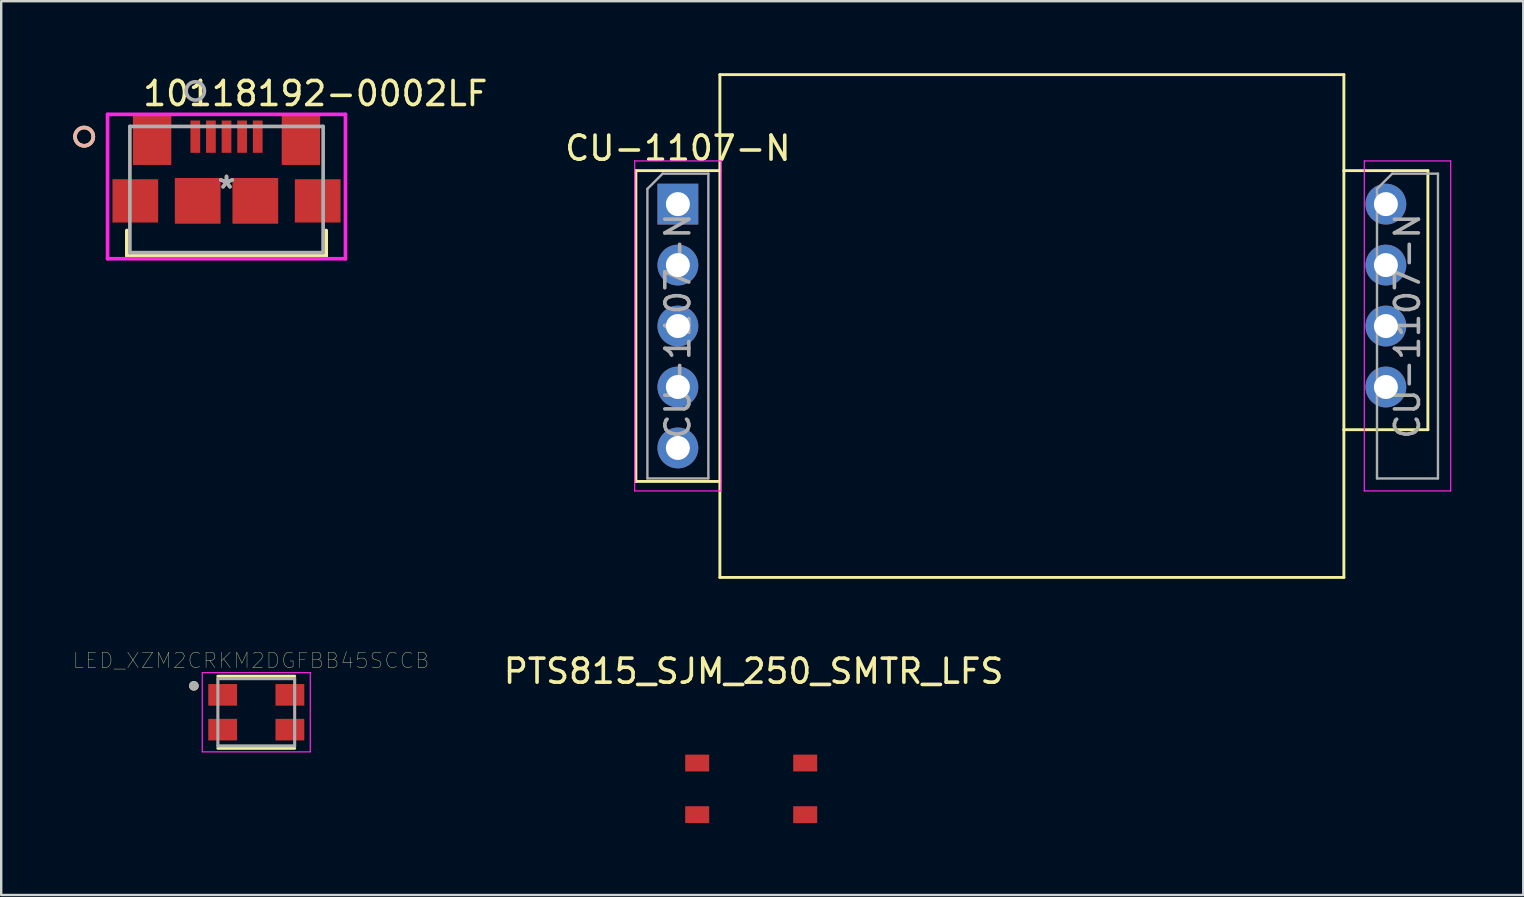
<source format=kicad_pcb>
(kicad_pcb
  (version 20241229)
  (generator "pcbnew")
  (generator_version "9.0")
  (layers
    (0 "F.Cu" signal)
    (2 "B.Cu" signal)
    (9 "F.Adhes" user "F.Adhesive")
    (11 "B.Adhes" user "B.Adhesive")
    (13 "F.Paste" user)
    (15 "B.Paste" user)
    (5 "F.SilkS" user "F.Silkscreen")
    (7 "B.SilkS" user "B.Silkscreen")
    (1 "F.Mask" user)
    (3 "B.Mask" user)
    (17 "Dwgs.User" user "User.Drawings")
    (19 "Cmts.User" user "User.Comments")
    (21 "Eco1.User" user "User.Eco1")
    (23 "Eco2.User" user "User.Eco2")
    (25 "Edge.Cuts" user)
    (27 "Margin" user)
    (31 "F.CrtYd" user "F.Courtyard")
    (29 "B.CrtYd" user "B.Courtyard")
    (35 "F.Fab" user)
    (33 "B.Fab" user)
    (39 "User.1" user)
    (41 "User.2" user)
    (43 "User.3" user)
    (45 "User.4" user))
  (footprint "CU-1107-N"
    (layer "F.Cu")
    (at 25.195 5.455)
    (property "Reference" "CU-1107-N" (at 0 -2.33 0) (layer "F.SilkS") (effects (font (size 1 1) (thickness 0.15))))
    (attr through_hole)
    (fp_line (start -1.75 -1.395) (end -1.75 11.555) (stroke (width 0.12) (type solid)) (layer "F.SilkS"))
    (fp_line (start -1.75 -1.395) (end 1.75 -1.395) (stroke (width 0.12) (type solid)) (layer "F.SilkS"))
    (fp_line (start -1.75 11.555) (end 1.75 11.555) (stroke (width 0.12) (type solid)) (layer "F.SilkS"))
    (fp_line (start 1.75 -5.395) (end 1.75 -1.395) (stroke (width 0.12) (type solid)) (layer "F.SilkS"))
    (fp_line (start 1.75 -5.395) (end 27.75 -5.395) (stroke (width 0.12) (type solid)) (layer "F.SilkS"))
    (fp_line (start 1.75 -1.395) (end 1.75 11.555) (stroke (width 0.12) (type solid)) (layer "F.SilkS"))
    (fp_line (start 1.75 11.555) (end 1.75 15.555) (stroke (width 0.12) (type solid)) (layer "F.SilkS"))
    (fp_line (start 1.75 15.555) (end 27.75 15.555) (stroke (width 0.12) (type solid)) (layer "F.SilkS"))
    (fp_line (start 27.75 -5.395) (end 27.75 -1.395) (stroke (width 0.12) (type solid)) (layer "F.SilkS"))
    (fp_line (start 27.75 -1.395) (end 27.75 9.4) (stroke (width 0.12) (type solid)) (layer "F.SilkS"))
    (fp_line (start 27.75 -1.395) (end 31.25 -1.395) (stroke (width 0.12) (type solid)) (layer "F.SilkS"))
    (fp_line (start 27.75 9.4) (end 27.75 15.555) (stroke (width 0.12) (type solid)) (layer "F.SilkS"))
    (fp_line (start 27.75 9.4) (end 31.25 9.4) (stroke (width 0.12) (type solid)) (layer "F.SilkS"))
    (fp_line (start 31.25 -1.395) (end 31.25 9.4) (stroke (width 0.12) (type solid)) (layer "F.SilkS"))
    (fp_line (start -1.8 -1.8) (end -1.8 11.95) (stroke (width 0.05) (type solid)) (layer "F.CrtYd"))
    (fp_line (start -1.8 11.95) (end 1.8 11.95) (stroke (width 0.05) (type solid)) (layer "F.CrtYd"))
    (fp_line (start 1.8 -1.8) (end -1.8 -1.8) (stroke (width 0.05) (type solid)) (layer "F.CrtYd"))
    (fp_line (start 1.8 11.95) (end 1.8 -1.8) (stroke (width 0.05) (type solid)) (layer "F.CrtYd"))
    (fp_line (start 28.6 -1.8) (end 28.6 11.95) (stroke (width 0.05) (type solid)) (layer "F.CrtYd"))
    (fp_line (start 28.6 11.95) (end 32.2 11.95) (stroke (width 0.05) (type solid)) (layer "F.CrtYd"))
    (fp_line (start 32.2 -1.8) (end 28.6 -1.8) (stroke (width 0.05) (type solid)) (layer "F.CrtYd"))
    (fp_line (start 32.2 11.95) (end 32.2 -1.8) (stroke (width 0.05) (type solid)) (layer "F.CrtYd"))
    (fp_line (start -1.27 -0.635) (end -0.635 -1.27) (stroke (width 0.1) (type solid)) (layer "F.Fab"))
    (fp_line (start -1.27 11.43) (end -1.27 -0.635) (stroke (width 0.1) (type solid)) (layer "F.Fab"))
    (fp_line (start -0.635 -1.27) (end 1.27 -1.27) (stroke (width 0.1) (type solid)) (layer "F.Fab"))
    (fp_line (start 1.27 -1.27) (end 1.27 11.43) (stroke (width 0.1) (type solid)) (layer "F.Fab"))
    (fp_line (start 1.27 11.43) (end -1.27 11.43) (stroke (width 0.1) (type solid)) (layer "F.Fab"))
    (fp_line (start 29.13 -0.635) (end 29.765 -1.27) (stroke (width 0.1) (type solid)) (layer "F.Fab"))
    (fp_line (start 29.13 11.43) (end 29.13 -0.635) (stroke (width 0.1) (type solid)) (layer "F.Fab"))
    (fp_line (start 29.765 -1.27) (end 31.67 -1.27) (stroke (width 0.1) (type solid)) (layer "F.Fab"))
    (fp_line (start 31.67 -1.27) (end 31.67 11.43) (stroke (width 0.1) (type solid)) (layer "F.Fab"))
    (fp_line (start 31.67 11.43) (end 29.13 11.43) (stroke (width 0.1) (type solid)) (layer "F.Fab"))
    (fp_text user "${REFERENCE}" (at 30.4 5.08 90) (layer "F.Fab") (effects (font (size 1 1) (thickness 0.15))))
    (fp_text user "${REFERENCE}" (at 0 5.08 90) (layer "F.Fab") (effects (font (size 1 1) (thickness 0.15))))
    (pad "1" thru_hole rect (at 0 0) (size 1.7 1.7) (drill 1) (layers "*.Cu" "*.Mask"))
    (pad "2" thru_hole oval (at 0 2.54) (size 1.7 1.7) (drill 1) (layers "*.Cu" "*.Mask"))
    (pad "3" thru_hole oval (at 0 5.08) (size 1.7 1.7) (drill 1) (layers "*.Cu" "*.Mask"))
    (pad "4" thru_hole oval (at 0 7.62) (size 1.7 1.7) (drill 1) (layers "*.Cu" "*.Mask"))
    (pad "5" thru_hole oval (at 0 10.16) (size 1.7 1.7) (drill 1) (layers "*.Cu" "*.Mask"))
    (pad "6" thru_hole oval (at 29.5 7.62) (size 1.7 1.7) (drill 1) (layers "*.Cu" "*.Mask"))
    (pad "7" thru_hole oval (at 29.5 5.08) (size 1.7 1.7) (drill 1) (layers "*.Cu" "*.Mask"))
    (pad "8" thru_hole oval (at 29.5 2.54) (size 1.7 1.7) (drill 1) (layers "*.Cu" "*.Mask"))
    (pad "9" thru_hole circle (at 29.5 0) (size 1.7 1.7) (drill 1) (layers "*.Cu" "*.Mask")))
  (footprint "LED_XZM2CRKM2DGFBB45SCCB"
    (layer "F.Cu")
    (at 7.628 26.627)
    (property "Reference" "LED_XZM2CRKM2DGFBB45SCCB" (at -0.218 -2.156 0) (layer "F.SilkS") (effects (font (size 0.64 0.64) (thickness 0.015))))
    (attr through_hole)
    (fp_line (start -1.6 -1.5) (end 1.6 -1.5) (stroke (width 0.127) (type solid)) (layer "F.SilkS"))
    (fp_line (start -1.6 1.5) (end 1.6 1.5) (stroke (width 0.127) (type solid)) (layer "F.SilkS"))
    (fp_circle (center -2.6 -1.1) (end -2.5 -1.1) (stroke (width 0.2) (type solid)) (fill no) (layer "F.SilkS"))
    (fp_line (start -2.25 -1.65) (end 2.25 -1.65) (stroke (width 0.05) (type solid)) (layer "F.CrtYd"))
    (fp_line (start -2.25 1.65) (end -2.25 -1.65) (stroke (width 0.05) (type solid)) (layer "F.CrtYd"))
    (fp_line (start 2.25 -1.65) (end 2.25 1.65) (stroke (width 0.05) (type solid)) (layer "F.CrtYd"))
    (fp_line (start 2.25 1.65) (end -2.25 1.65) (stroke (width 0.05) (type solid)) (layer "F.CrtYd"))
    (fp_line (start -1.6 -1.4) (end 1.6 -1.4) (stroke (width 0.127) (type solid)) (layer "F.Fab"))
    (fp_line (start -1.6 1.4) (end -1.6 -1.4) (stroke (width 0.127) (type solid)) (layer "F.Fab"))
    (fp_line (start 1.6 -1.4) (end 1.6 1.4) (stroke (width 0.127) (type solid)) (layer "F.Fab"))
    (fp_line (start 1.6 1.4) (end -1.6 1.4) (stroke (width 0.127) (type solid)) (layer "F.Fab"))
    (fp_circle (center -2.6 -1.1) (end -2.5 -1.1) (stroke (width 0.2) (type solid)) (fill no) (layer "F.Fab"))
    (pad "1" smd rect (at -1.4 -0.725) (size 1.2 0.9) (layers "F.Cu" "F.Mask" "F.Paste"))
    (pad "2" smd rect (at 1.4 -0.725) (size 1.2 0.9) (layers "F.Cu" "F.Mask" "F.Paste"))
    (pad "3" smd rect (at 1.4 0.725) (size 1.2 0.9) (layers "F.Cu" "F.Mask" "F.Paste"))
    (pad "4" smd rect (at -1.4 0.725) (size 1.2 0.9) (layers "F.Cu" "F.Mask" "F.Paste")))
  (footprint "10118192-0002LF"
    (layer "F.Cu")
    (at 6.388 4.848)
    (property "Reference" "10118192-0002LF" (at 3.7 -4 0) (layer "F.SilkS") (effects (font (size 1 1) (thickness 0.15))))
    (attr through_hole)
    (fp_line (start -4.153 1.706) (end -4.153 2.756) (stroke (width 0.152) (type solid)) (layer "F.SilkS"))
    (fp_line (start -4.153 2.756) (end 4.153 2.756) (stroke (width 0.152) (type solid)) (layer "F.SilkS"))
    (fp_line (start 4.153 2.756) (end 4.153 1.706) (stroke (width 0.152) (type solid)) (layer "F.SilkS"))
    (fp_circle (center -5.931 -2.204) (end -5.55 -2.204) (stroke (width 0.152) (type solid)) (fill no) (layer "F.SilkS"))
    (fp_circle (center -5.931 -2.204) (end -5.55 -2.204) (stroke (width 0.152) (type solid)) (fill no) (layer "B.SilkS"))
    (fp_line (start -4.956 -3.133) (end -4.956 2.883) (stroke (width 0.152) (type solid)) (layer "F.CrtYd"))
    (fp_line (start -4.956 2.883) (end 4.956 2.883) (stroke (width 0.152) (type solid)) (layer "F.CrtYd"))
    (fp_line (start 4.956 -3.133) (end -4.956 -3.133) (stroke (width 0.152) (type solid)) (layer "F.CrtYd"))
    (fp_line (start 4.956 2.883) (end 4.956 -3.133) (stroke (width 0.152) (type solid)) (layer "F.CrtYd"))
    (fp_line (start -4.026 -2.629) (end -4.026 2.629) (stroke (width 0.152) (type solid)) (layer "F.Fab"))
    (fp_line (start -4.026 2.629) (end 4.026 2.629) (stroke (width 0.152) (type solid)) (layer "F.Fab"))
    (fp_line (start 4.026 -2.629) (end -4.026 -2.629) (stroke (width 0.152) (type solid)) (layer "F.Fab"))
    (fp_line (start 4.026 2.629) (end 4.026 -2.629) (stroke (width 0.152) (type solid)) (layer "F.Fab"))
    (fp_circle (center -1.3 -4.109) (end -0.919 -4.109) (stroke (width 0.152) (type solid)) (fill no) (layer "F.Fab"))
    (fp_text user "Copyright 2016 Accelerated Designs. All rights reserved." (at 0 0 0) (layer "Cmts.User") (effects (font (size 0.127 0.127) (thickness 0.002))))
    (fp_text user "*" (at 0 0 0) (layer "F.Fab") (effects (font (size 1 1) (thickness 0.15))))
    (fp_text user "*" (at 0 0 0) (layer "F.Fab") (effects (font (size 1 1) (thickness 0.15))))
    (pad "1" smd rect (at -1.3 -2.204) (size 0.406 1.346) (layers "F.Cu" "F.Mask" "F.Paste"))
    (pad "2" smd rect (at -0.65 -2.204) (size 0.406 1.346) (layers "F.Cu" "F.Mask" "F.Paste"))
    (pad "3" smd rect (at 0 -2.204) (size 0.406 1.346) (layers "F.Cu" "F.Mask" "F.Paste"))
    (pad "4" smd rect (at 0.65 -2.204) (size 0.406 1.346) (layers "F.Cu" "F.Mask" "F.Paste"))
    (pad "5" smd rect (at 1.3 -2.204) (size 0.406 1.346) (layers "F.Cu" "F.Mask" "F.Paste"))
    (pad "6" smd rect (at -3.8 0.471 90) (size 1.803 1.905) (layers "F.Cu" "F.Mask" "F.Paste"))
    (pad "6" smd rect (at -3.1 -2.079 90) (size 2.108 1.6) (layers "F.Cu" "F.Mask" "F.Paste"))
    (pad "6" smd rect (at -1.2 0.471 90) (size 1.905 1.905) (layers "F.Cu" "F.Mask" "F.Paste"))
    (pad "6" smd rect (at 1.2 0.471 90) (size 1.905 1.905) (layers "F.Cu" "F.Mask" "F.Paste"))
    (pad "6" smd rect (at 3.1 -2.079 90) (size 2.108 1.6) (layers "F.Cu" "F.Mask" "F.Paste"))
    (pad "6" smd rect (at 3.8 0.471 90) (size 1.803 1.905) (layers "F.Cu" "F.Mask" "F.Paste")))
  (footprint "PTS815_SJM_250_SMTR_LFS"
    (layer "F.Cu")
    (at 28.25 29.818)
    (property "Reference" "PTS815_SJM_250_SMTR_LFS" (at 0.1 -4.9 0) (layer "F.SilkS") (effects (font (size 1 1) (thickness 0.15))))
    (attr through_hole)
    (pad "1" smd rect (at -2.25 -1.075) (size 1 0.7) (layers "F.Cu" "F.Mask" "F.Paste"))
    (pad "1" smd rect (at 2.25 -1.075) (size 1 0.7) (layers "F.Cu" "F.Mask" "F.Paste"))
    (pad "2" smd rect (at -2.25 1.075) (size 1 0.7) (layers "F.Cu" "F.Mask" "F.Paste"))
    (pad "2" smd rect (at 2.25 1.075) (size 1 0.7) (layers "F.Cu" "F.Mask" "F.Paste")))
  (gr_rect
    (start -3 -3)
    (end 60.42 34.243)
    (stroke (width 0.1) (type default))
    (fill no)
    (layer "Edge.Cuts")))
</source>
